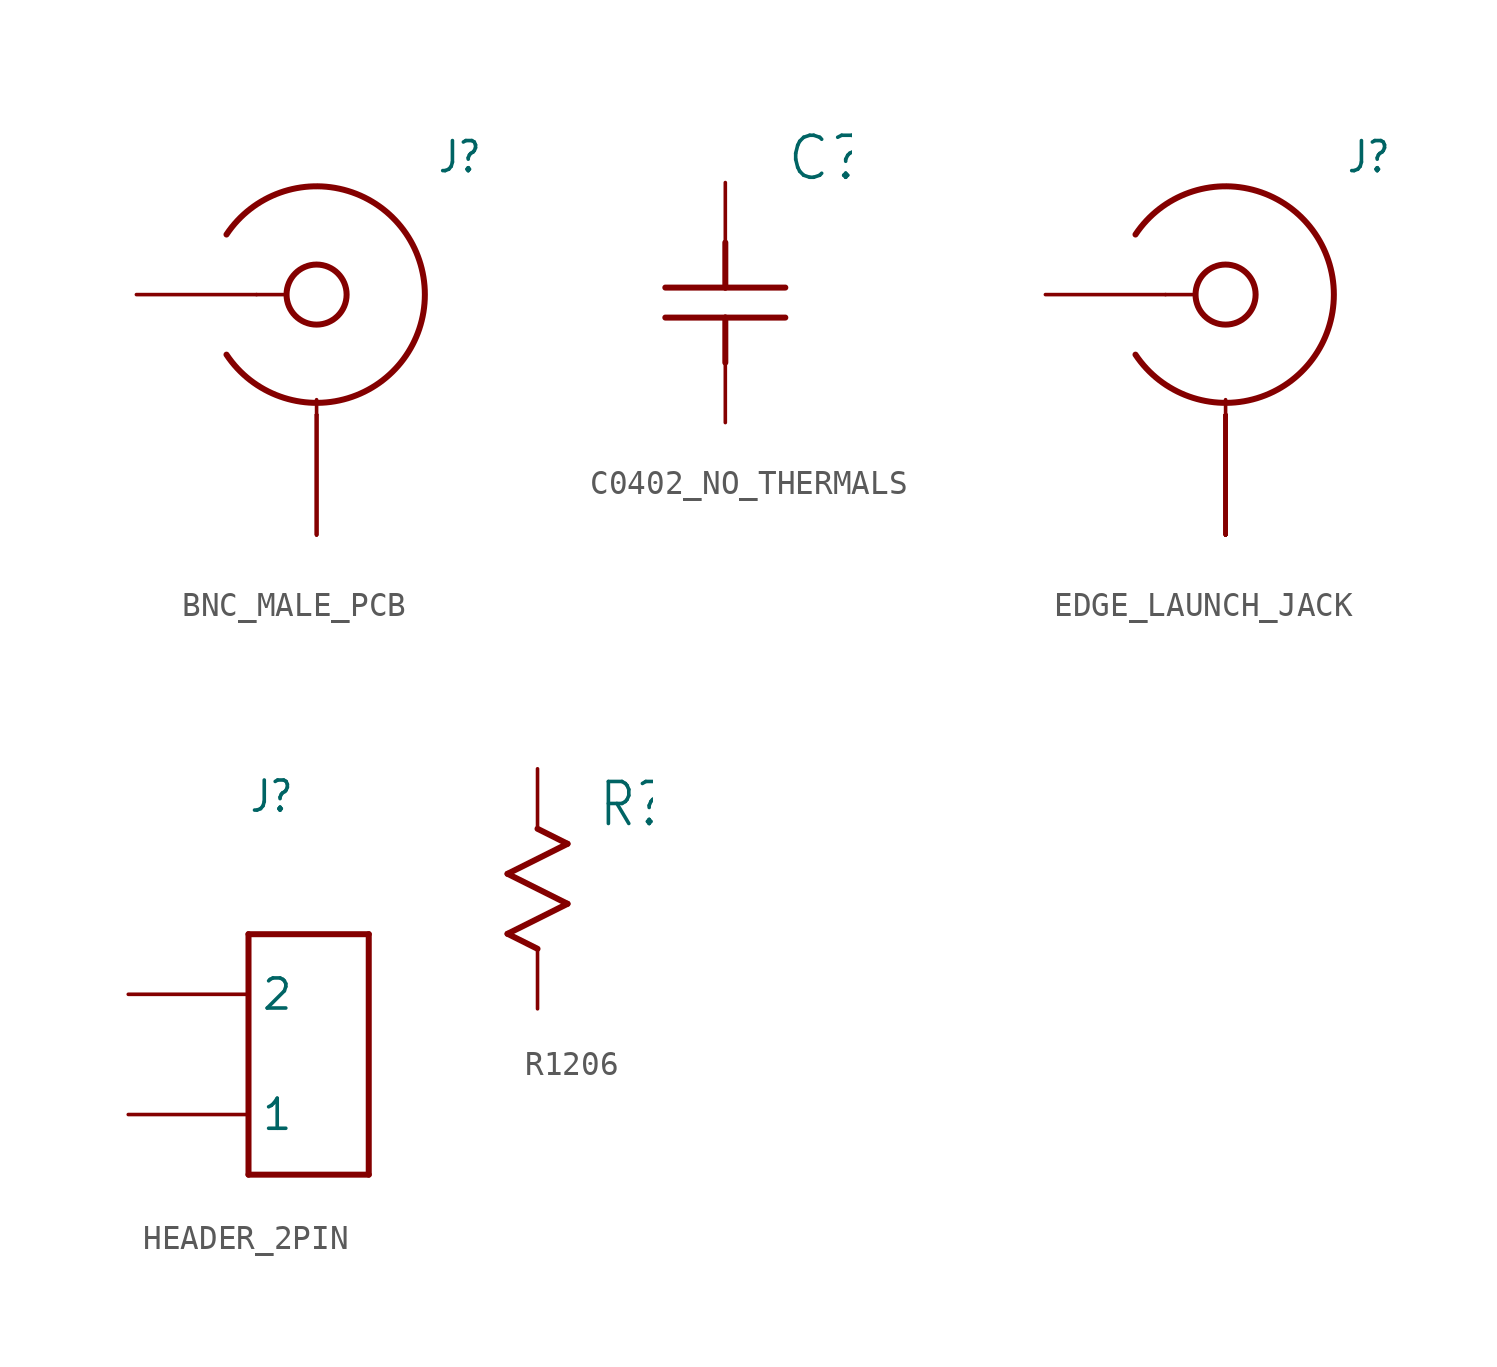
<source format=kicad_sym>
(kicad_symbol_lib
  (version 20231120)
  (generator "kicad_symbol_editor")
  (generator_version "8.0")
  (symbol "BNC_MALE_PCB"
    (property "Reference" "J"
      (at 5.08 5.08 0)
      (effects (font (size 1.27 1.079)) (justify left bottom)))
    (property "Value" ""
      (at 5.08 2.54 0)
      (effects (font (size 1.27 1.079)) (justify left bottom)))
    (property "ki_locked" ""
      (at 0 0 0)
      (effects (font (size 1.27 1.27))))
    (symbol "BNC_MALE_PCB_1_0"
      (arc (start -3.81 -2.54) (mid 4.5791 0) (end -3.81 2.54) (stroke (width 0.254) (type solid)) (fill (type none)))
      (polyline (pts (xy -2.54 0) (xy -1.27 0)) (stroke (width 0.152) (type solid)) (fill (type none)))
      (polyline (pts (xy 0 -5.08) (xy 0 -4.445)) (stroke (width 0.152) (type solid)) (fill (type none)))
      (circle (center 0 0) (radius 1.27) (stroke (width 0.254) (type solid)) (fill (type none)))
      (pin bidirectional line (at -7.62 0 0) (length 5.08) (name "CENTER" (effects (font (size 0 0)))) (number "CENTER" (effects (font (size 0 0)))))
      (pin bidirectional line (at 0 -10.16 90) (length 5.08) (name "SHIELD" (effects (font (size 0 0)))) (number "SHIELD@1" (effects (font (size 0 0)))))
      (pin bidirectional line (at 0 -10.16 90) (length 5.08) (name "SHIELD" (effects (font (size 0 0)))) (number "SHIELD@2" (effects (font (size 0 0)))))
      (pin bidirectional line (at 0 -10.16 90) (length 5.08) (name "SHIELD" (effects (font (size 0 0)))) (number "SHIELD@3" (effects (font (size 0 0)))))
      (pin bidirectional line (at 0 -10.16 90) (length 5.08) (name "SHIELD" (effects (font (size 0 0)))) (number "SHIELD@4" (effects (font (size 0 0)))))))
  (symbol "C0402_NO_THERMALS"
    (property "Reference" "C"
      (at 2.54 5.08 0)
      (effects (font (size 1.778 1.778)) (justify left bottom)))
    (property "Value" ""
      (at 2.54 2.54 0)
      (effects (font (size 1.778 1.778)) (justify left bottom)))
    (property "ki_locked" ""
      (at 0 0 0)
      (effects (font (size 1.27 1.27))))
    (symbol "C0402_NO_THERMALS_1_0"
      (polyline (pts (xy -2.54 0.635) (xy 0 0.635)) (stroke (width 0.254) (type solid)) (fill (type none)))
      (polyline (pts (xy 0 -0.635) (xy -2.54 -0.635)) (stroke (width 0.254) (type solid)) (fill (type none)))
      (polyline (pts (xy 0 -0.635) (xy 0 -2.54)) (stroke (width 0.254) (type solid)) (fill (type none)))
      (polyline (pts (xy 0 0.635) (xy 2.54 0.635)) (stroke (width 0.254) (type solid)) (fill (type none)))
      (polyline (pts (xy 0 2.54) (xy 0 0.635)) (stroke (width 0.254) (type solid)) (fill (type none)))
      (polyline (pts (xy 2.54 -0.635) (xy 0 -0.635)) (stroke (width 0.254) (type solid)) (fill (type none)))
      (pin bidirectional line (at 0 -5.08 90) (length 2.54) (name "P$1" (effects (font (size 0 0)))) (number "1" (effects (font (size 0 0)))))
      (pin bidirectional line (at 0 5.08 270) (length 2.54) (name "P$2" (effects (font (size 0 0)))) (number "2" (effects (font (size 0 0)))))))
  (symbol "EDGE_LAUNCH_JACK"
    (property "Reference" "J"
      (at 5.08 5.08 0)
      (effects (font (size 1.27 1.079)) (justify left bottom)))
    (property "Value" ""
      (at 5.08 2.54 0)
      (effects (font (size 1.27 1.079)) (justify left bottom)))
    (property "ki_locked" ""
      (at 0 0 0)
      (effects (font (size 1.27 1.27))))
    (symbol "EDGE_LAUNCH_JACK_1_0"
      (arc (start -3.81 -2.54) (mid 4.5791 0) (end -3.81 2.54) (stroke (width 0.254) (type solid)) (fill (type none)))
      (polyline (pts (xy -2.54 0) (xy -1.27 0)) (stroke (width 0.152) (type solid)) (fill (type none)))
      (polyline (pts (xy 0 -5.08) (xy 0 -4.445)) (stroke (width 0.152) (type solid)) (fill (type none)))
      (circle (center 0 0) (radius 1.27) (stroke (width 0.254) (type solid)) (fill (type none)))
      (pin bidirectional line (at -7.62 0 0) (length 5.08) (name "CENTER" (effects (font (size 0 0)))) (number "CENTER" (effects (font (size 0 0)))))
      (pin bidirectional line (at 0 -10.16 90) (length 5.08) (name "SHIELD" (effects (font (size 0 0)))) (number "GND@1" (effects (font (size 0 0)))))
      (pin bidirectional line (at 0 -10.16 90) (length 5.08) (name "SHIELD" (effects (font (size 0 0)))) (number "GND@10" (effects (font (size 0 0)))))
      (pin bidirectional line (at 0 -10.16 90) (length 5.08) (name "SHIELD" (effects (font (size 0 0)))) (number "GND@11" (effects (font (size 0 0)))))
      (pin bidirectional line (at 0 -10.16 90) (length 5.08) (name "SHIELD" (effects (font (size 0 0)))) (number "GND@12" (effects (font (size 0 0)))))
      (pin bidirectional line (at 0 -10.16 90) (length 5.08) (name "SHIELD" (effects (font (size 0 0)))) (number "GND@2" (effects (font (size 0 0)))))
      (pin bidirectional line (at 0 -10.16 90) (length 5.08) (name "SHIELD" (effects (font (size 0 0)))) (number "GND@3" (effects (font (size 0 0)))))
      (pin bidirectional line (at 0 -10.16 90) (length 5.08) (name "SHIELD" (effects (font (size 0 0)))) (number "GND@4" (effects (font (size 0 0)))))
      (pin bidirectional line (at 0 -10.16 90) (length 5.08) (name "SHIELD" (effects (font (size 0 0)))) (number "GND@5" (effects (font (size 0 0)))))
      (pin bidirectional line (at 0 -10.16 90) (length 5.08) (name "SHIELD" (effects (font (size 0 0)))) (number "GND@6" (effects (font (size 0 0)))))
      (pin bidirectional line (at 0 -10.16 90) (length 5.08) (name "SHIELD" (effects (font (size 0 0)))) (number "GND@7" (effects (font (size 0 0)))))
      (pin bidirectional line (at 0 -10.16 90) (length 5.08) (name "SHIELD" (effects (font (size 0 0)))) (number "GND@8" (effects (font (size 0 0)))))
      (pin bidirectional line (at 0 -10.16 90) (length 5.08) (name "SHIELD" (effects (font (size 0 0)))) (number "GND@9" (effects (font (size 0 0)))))
      (pin bidirectional line (at 0 -10.16 90) (length 5.08) (name "SHIELD" (effects (font (size 0 0)))) (number "SHIELD@1" (effects (font (size 0 0)))))
      (pin bidirectional line (at 0 -10.16 90) (length 5.08) (name "SHIELD" (effects (font (size 0 0)))) (number "SHIELD@2" (effects (font (size 0 0)))))))
  (symbol "HEADER_2PIN"
    (property "Reference" "J"
      (at -2.54 7.62 0)
      (effects (font (size 1.27 1.079)) (justify left bottom)))
    (property "Value" ""
      (at -2.54 5.08 0)
      (effects (font (size 1.27 1.079)) (justify left bottom)))
    (property "ki_locked" ""
      (at 0 0 0)
      (effects (font (size 1.27 1.27))))
    (symbol "HEADER_2PIN_1_0"
      (polyline (pts (xy -2.54 -7.62) (xy 2.54 -7.62)) (stroke (width 0.254) (type solid)) (fill (type none)))
      (polyline (pts (xy -2.54 2.54) (xy -2.54 -7.62)) (stroke (width 0.254) (type solid)) (fill (type none)))
      (polyline (pts (xy 2.54 -7.62) (xy 2.54 2.54)) (stroke (width 0.254) (type solid)) (fill (type none)))
      (polyline (pts (xy 2.54 2.54) (xy -2.54 2.54)) (stroke (width 0.254) (type solid)) (fill (type none)))
      (pin bidirectional line (at -7.62 -5.08 0) (length 5.08) (name "1" (effects (font (size 1.27 1.27)))) (number "1" (effects (font (size 0 0)))))
      (pin bidirectional line (at -7.62 0 0) (length 5.08) (name "2" (effects (font (size 1.27 1.27)))) (number "2" (effects (font (size 0 0)))))))
  (symbol "R1206"
    (property "Reference" "R"
      (at 2.54 2.54 0)
      (effects (font (size 1.778 1.511)) (justify left bottom)))
    (property "Value" ""
      (at 2.54 0 0)
      (effects (font (size 1.778 1.511)) (justify left bottom)))
    (property "ki_locked" ""
      (at 0 0 0)
      (effects (font (size 1.27 1.27))))
    (symbol "R1206_1_0"
      (polyline (pts (xy -1.27 -1.905) (xy 0 -2.54)) (stroke (width 0.254) (type solid)) (fill (type none)))
      (polyline (pts (xy -1.27 0.635) (xy 1.27 -0.635)) (stroke (width 0.254) (type solid)) (fill (type none)))
      (polyline (pts (xy 0 2.54) (xy 1.27 1.905)) (stroke (width 0.254) (type solid)) (fill (type none)))
      (polyline (pts (xy 1.27 -0.635) (xy -1.27 -1.905)) (stroke (width 0.254) (type solid)) (fill (type none)))
      (polyline (pts (xy 1.27 1.905) (xy -1.27 0.635)) (stroke (width 0.254) (type solid)) (fill (type none)))
      (pin bidirectional line (at 0 5.08 270) (length 2.54) (name "P$3" (effects (font (size 0 0)))) (number "P$1" (effects (font (size 0 0)))))
      (pin bidirectional line (at 0 -5.08 90) (length 2.54) (name "P$4" (effects (font (size 0 0)))) (number "P$2" (effects (font (size 0 0))))))))
</source>
